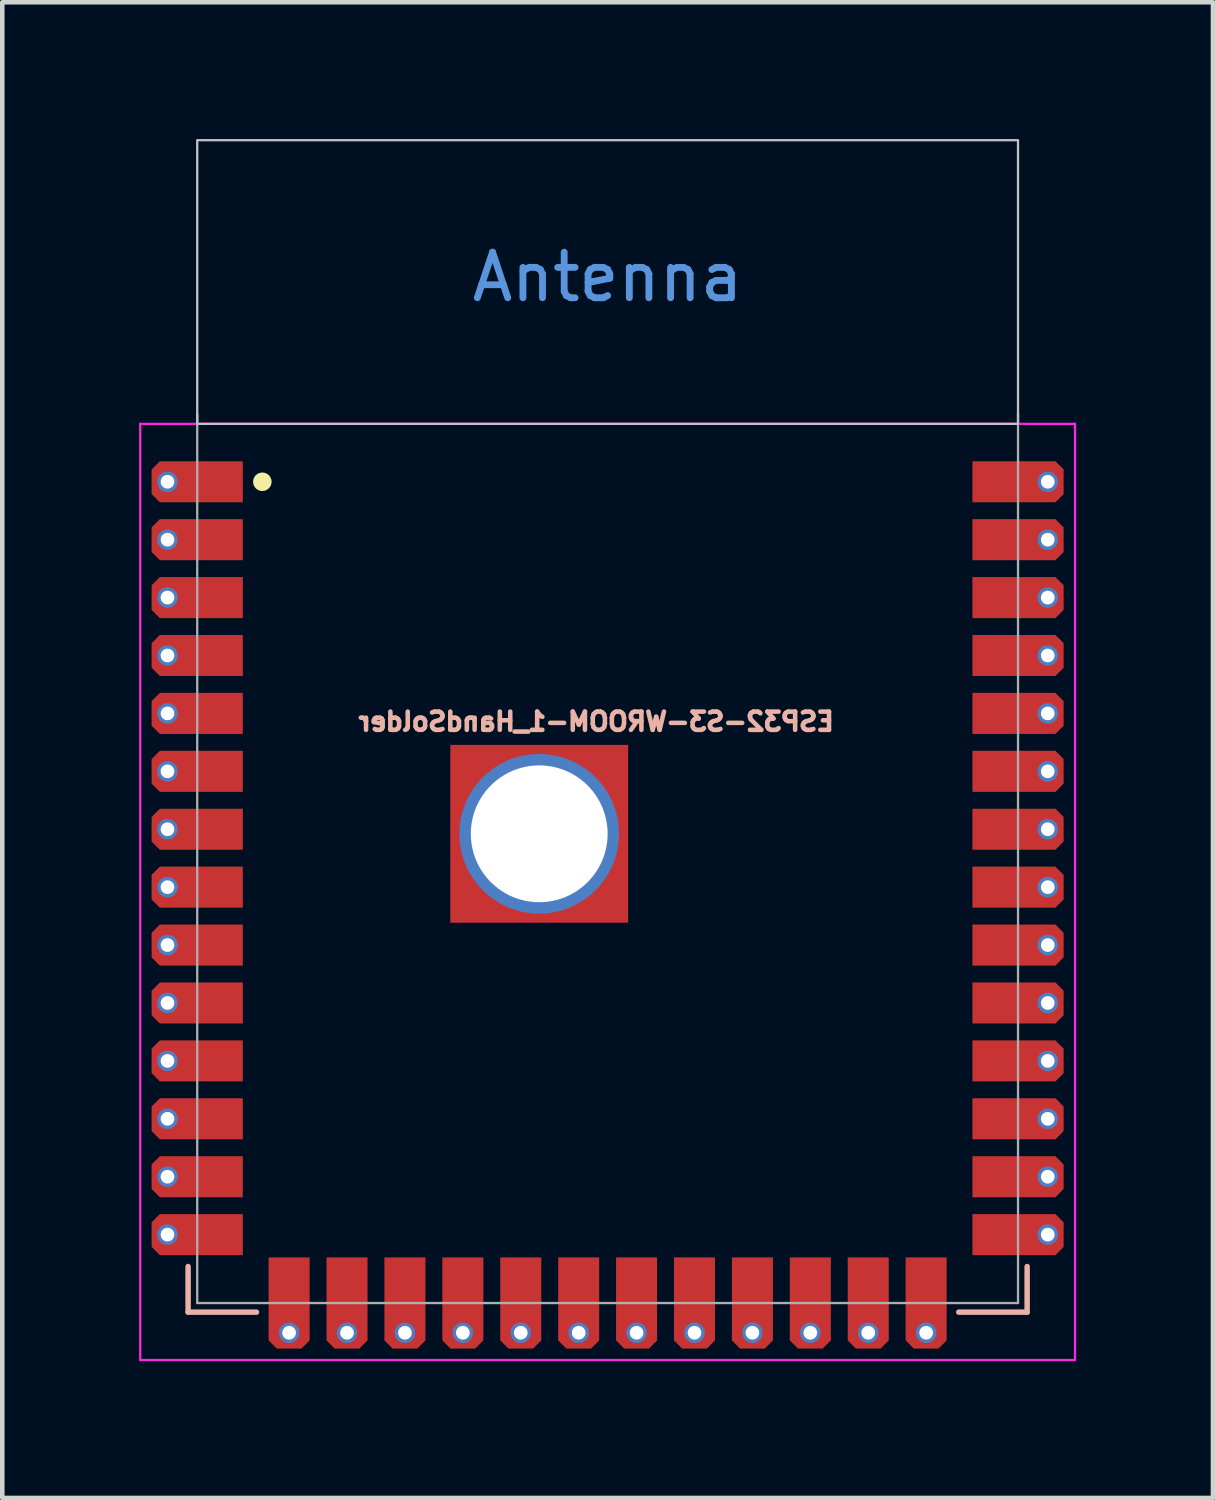
<source format=kicad_pcb>
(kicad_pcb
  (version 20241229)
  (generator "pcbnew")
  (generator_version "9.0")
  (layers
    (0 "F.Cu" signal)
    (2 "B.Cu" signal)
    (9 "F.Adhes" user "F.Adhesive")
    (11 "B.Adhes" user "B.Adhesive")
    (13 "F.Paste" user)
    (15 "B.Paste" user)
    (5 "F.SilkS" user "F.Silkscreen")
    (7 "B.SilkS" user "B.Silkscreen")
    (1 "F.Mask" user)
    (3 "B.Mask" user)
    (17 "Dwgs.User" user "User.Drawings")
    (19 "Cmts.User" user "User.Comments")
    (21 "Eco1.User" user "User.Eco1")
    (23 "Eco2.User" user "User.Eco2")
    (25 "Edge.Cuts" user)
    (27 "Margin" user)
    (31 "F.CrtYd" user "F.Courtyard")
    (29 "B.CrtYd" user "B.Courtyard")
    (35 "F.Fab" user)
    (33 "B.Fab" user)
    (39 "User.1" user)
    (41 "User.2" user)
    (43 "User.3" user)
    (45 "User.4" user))
  (footprint "ESP32-S3-WROOM-1_HandSolder"
    (layer "F.Cu")
    (at 10.275 12.775)
    (property "Reference" "ESP32-S3-WROOM-1_HandSolder" (at -0.25 0 0) (unlocked yes) (layer "B.SilkS") (effects (font (size 0.4 0.4) (thickness 0.1)) (justify mirror)))
    (attr through_hole)
    (fp_circle (center -7.572 -5.26) (end -7.445 -5.26) (stroke (width 0.152) (type solid)) (fill yes) (layer "F.SilkS"))
    (fp_line (start -9.2 11.95) (end -9.2 12.95) (stroke (width 0.12) (type solid)) (layer "B.SilkS"))
    (fp_line (start -9.2 12.95) (end -7.7 12.95) (stroke (width 0.12) (type solid)) (layer "B.SilkS"))
    (fp_line (start 9.2 12.95) (end 7.7 12.95) (stroke (width 0.12) (type solid)) (layer "B.SilkS"))
    (fp_line (start 9.2 12.95) (end 9.2 11.95) (stroke (width 0.12) (type solid)) (layer "B.SilkS"))
    (fp_rect (start -9 -6.53) (end 9 -12.75) (stroke (width 0.05) (type default)) (fill no) (layer "Dwgs.User"))
    (fp_line (start -10.25 14) (end -10.25 -6.53) (stroke (width 0.05) (type solid)) (layer "F.CrtYd"))
    (fp_line (start -10.25 14) (end 10.25 14) (stroke (width 0.05) (type solid)) (layer "F.CrtYd"))
    (fp_line (start 10.25 -6.53) (end -10.25 -6.53) (stroke (width 0.05) (type solid)) (layer "F.CrtYd"))
    (fp_line (start 10.25 -6.53) (end 10.25 14) (stroke (width 0.05) (type solid)) (layer "F.CrtYd"))
    (fp_line (start -9 12.75) (end -9 -6.75) (stroke (width 0.05) (type solid)) (layer "F.Fab"))
    (fp_line (start -9 12.75) (end 9 12.75) (stroke (width 0.05) (type solid)) (layer "F.Fab"))
    (fp_line (start 9 12.75) (end 9 -6.75) (stroke (width 0.05) (type solid)) (layer "F.Fab"))
    (fp_text user "Antenna" (at 0 -9.75 0) (layer "Cmts.User") (effects (font (size 1 1) (thickness 0.15))))
    (pad "1" thru_hole circle (at -9.652 -5.26) (size 0.45 0.45) (drill 0.3) (layers "*.Cu" "*.Mask"))
    (pad "1" smd roundrect (at -9 -5.26) (size 2 0.9) (layers "F.Cu" "F.Mask" "F.Paste") (roundrect_rratio 0) (chamfer_ratio 0.2) (chamfer top_left bottom_left))
    (pad "2" thru_hole circle (at -9.652 -3.99) (size 0.45 0.45) (drill 0.3) (layers "*.Cu" "*.Mask"))
    (pad "2" smd roundrect (at -9 -3.99) (size 2 0.9) (layers "F.Cu" "F.Mask" "F.Paste") (roundrect_rratio 0) (chamfer_ratio 0.2) (chamfer top_left bottom_left))
    (pad "3" thru_hole circle (at -9.652 -2.72) (size 0.45 0.45) (drill 0.3) (layers "*.Cu" "*.Mask"))
    (pad "3" smd roundrect (at -9 -2.72) (size 2 0.9) (layers "F.Cu" "F.Mask" "F.Paste") (roundrect_rratio 0) (chamfer_ratio 0.2) (chamfer top_left bottom_left))
    (pad "4" thru_hole circle (at -9.652 -1.45) (size 0.45 0.45) (drill 0.3) (layers "*.Cu" "*.Mask"))
    (pad "4" smd roundrect (at -9 -1.45) (size 2 0.9) (layers "F.Cu" "F.Mask" "F.Paste") (roundrect_rratio 0) (chamfer_ratio 0.2) (chamfer top_left bottom_left))
    (pad "5" thru_hole circle (at -9.652 -0.18) (size 0.45 0.45) (drill 0.3) (layers "*.Cu" "*.Mask"))
    (pad "5" smd roundrect (at -9 -0.18) (size 2 0.9) (layers "F.Cu" "F.Mask" "F.Paste") (roundrect_rratio 0) (chamfer_ratio 0.2) (chamfer top_left bottom_left))
    (pad "6" thru_hole circle (at -9.652 1.09) (size 0.45 0.45) (drill 0.3) (layers "*.Cu" "*.Mask"))
    (pad "6" smd roundrect (at -9 1.09) (size 2 0.9) (layers "F.Cu" "F.Mask" "F.Paste") (roundrect_rratio 0) (chamfer_ratio 0.2) (chamfer top_left bottom_left))
    (pad "7" thru_hole circle (at -9.652 2.36) (size 0.45 0.45) (drill 0.3) (layers "*.Cu" "*.Mask"))
    (pad "7" smd roundrect (at -9 2.36) (size 2 0.9) (layers "F.Cu" "F.Mask" "F.Paste") (roundrect_rratio 0) (chamfer_ratio 0.2) (chamfer top_left bottom_left))
    (pad "8" thru_hole circle (at -9.652 3.63) (size 0.45 0.45) (drill 0.3) (layers "*.Cu" "*.Mask"))
    (pad "8" smd roundrect (at -9 3.63) (size 2 0.9) (layers "F.Cu" "F.Mask" "F.Paste") (roundrect_rratio 0) (chamfer_ratio 0.2) (chamfer top_left bottom_left))
    (pad "9" thru_hole circle (at -9.652 4.9) (size 0.45 0.45) (drill 0.3) (layers "*.Cu" "*.Mask"))
    (pad "9" smd roundrect (at -9 4.9) (size 2 0.9) (layers "F.Cu" "F.Mask" "F.Paste") (roundrect_rratio 0) (chamfer_ratio 0.2) (chamfer top_left bottom_left))
    (pad "10" thru_hole circle (at -9.652 6.17) (size 0.45 0.45) (drill 0.3) (layers "*.Cu" "*.Mask"))
    (pad "10" smd roundrect (at -9 6.17) (size 2 0.9) (layers "F.Cu" "F.Mask" "F.Paste") (roundrect_rratio 0) (chamfer_ratio 0.2) (chamfer top_left bottom_left))
    (pad "11" thru_hole circle (at -9.652 7.44) (size 0.45 0.45) (drill 0.3) (layers "*.Cu" "*.Mask"))
    (pad "11" smd roundrect (at -9 7.44) (size 2 0.9) (layers "F.Cu" "F.Mask" "F.Paste") (roundrect_rratio 0) (chamfer_ratio 0.2) (chamfer top_left bottom_left))
    (pad "12" thru_hole circle (at -9.652 8.71) (size 0.45 0.45) (drill 0.3) (layers "*.Cu" "*.Mask"))
    (pad "12" smd roundrect (at -9 8.71) (size 2 0.9) (layers "F.Cu" "F.Mask" "F.Paste") (roundrect_rratio 0) (chamfer_ratio 0.2) (chamfer top_left bottom_left))
    (pad "13" thru_hole circle (at -9.652 9.98) (size 0.45 0.45) (drill 0.3) (layers "*.Cu" "*.Mask"))
    (pad "13" smd roundrect (at -9 9.98) (size 2 0.9) (layers "F.Cu" "F.Mask" "F.Paste") (roundrect_rratio 0) (chamfer_ratio 0.2) (chamfer top_left bottom_left))
    (pad "14" thru_hole circle (at -9.652 11.25) (size 0.45 0.45) (drill 0.3) (layers "*.Cu" "*.Mask"))
    (pad "14" smd roundrect (at -9 11.25) (size 2 0.9) (layers "F.Cu" "F.Mask" "F.Paste") (roundrect_rratio 0) (chamfer_ratio 0.2) (chamfer top_left bottom_left))
    (pad "15" smd roundrect (at -6.985 12.75 90) (size 2 0.9) (layers "F.Cu" "F.Mask" "F.Paste") (roundrect_rratio 0) (chamfer_ratio 0.2) (chamfer top_left bottom_left))
    (pad "15" thru_hole circle (at -6.985 13.402) (size 0.45 0.45) (drill 0.3) (layers "*.Cu" "*.Mask"))
    (pad "16" smd roundrect (at -5.715 12.75 90) (size 2 0.9) (layers "F.Cu" "F.Mask" "F.Paste") (roundrect_rratio 0) (chamfer_ratio 0.2) (chamfer top_left bottom_left))
    (pad "16" thru_hole circle (at -5.715 13.402) (size 0.45 0.45) (drill 0.3) (layers "*.Cu" "*.Mask"))
    (pad "17" smd roundrect (at -4.445 12.75 90) (size 2 0.9) (layers "F.Cu" "F.Mask" "F.Paste") (roundrect_rratio 0) (chamfer_ratio 0.2) (chamfer top_left bottom_left))
    (pad "17" thru_hole circle (at -4.445 13.402) (size 0.45 0.45) (drill 0.3) (layers "*.Cu" "*.Mask"))
    (pad "18" smd roundrect (at -3.175 12.75 90) (size 2 0.9) (layers "F.Cu" "F.Mask" "F.Paste") (roundrect_rratio 0) (chamfer_ratio 0.2) (chamfer top_left bottom_left))
    (pad "18" thru_hole circle (at -3.175 13.402) (size 0.45 0.45) (drill 0.3) (layers "*.Cu" "*.Mask"))
    (pad "19" smd roundrect (at -1.905 12.75 90) (size 2 0.9) (layers "F.Cu" "F.Mask" "F.Paste") (roundrect_rratio 0) (chamfer_ratio 0.2) (chamfer top_left bottom_left))
    (pad "19" thru_hole circle (at -1.905 13.402) (size 0.45 0.45) (drill 0.3) (layers "*.Cu" "*.Mask"))
    (pad "20" smd roundrect (at -0.635 12.75 90) (size 2 0.9) (layers "F.Cu" "F.Mask" "F.Paste") (roundrect_rratio 0) (chamfer_ratio 0.2) (chamfer top_left bottom_left))
    (pad "20" thru_hole circle (at -0.635 13.402) (size 0.45 0.45) (drill 0.3) (layers "*.Cu" "*.Mask"))
    (pad "21" smd roundrect (at 0.635 12.75 90) (size 2 0.9) (layers "F.Cu" "F.Mask" "F.Paste") (roundrect_rratio 0) (chamfer_ratio 0.2) (chamfer top_left bottom_left))
    (pad "21" thru_hole circle (at 0.635 13.402) (size 0.45 0.45) (drill 0.3) (layers "*.Cu" "*.Mask"))
    (pad "22" smd roundrect (at 1.905 12.75 90) (size 2 0.9) (layers "F.Cu" "F.Mask" "F.Paste") (roundrect_rratio 0) (chamfer_ratio 0.2) (chamfer top_left bottom_left))
    (pad "22" thru_hole circle (at 1.905 13.402) (size 0.45 0.45) (drill 0.3) (layers "*.Cu" "*.Mask"))
    (pad "23" smd roundrect (at 3.175 12.75 90) (size 2 0.9) (layers "F.Cu" "F.Mask" "F.Paste") (roundrect_rratio 0) (chamfer_ratio 0.2) (chamfer top_left bottom_left))
    (pad "23" thru_hole circle (at 3.175 13.402) (size 0.45 0.45) (drill 0.3) (layers "*.Cu" "*.Mask"))
    (pad "24" smd roundrect (at 4.445 12.75 90) (size 2 0.9) (layers "F.Cu" "F.Mask" "F.Paste") (roundrect_rratio 0) (chamfer_ratio 0.2) (chamfer top_left bottom_left))
    (pad "24" thru_hole circle (at 4.445 13.402) (size 0.45 0.45) (drill 0.3) (layers "*.Cu" "*.Mask"))
    (pad "25" smd roundrect (at 5.715 12.75 90) (size 2 0.9) (layers "F.Cu" "F.Mask" "F.Paste") (roundrect_rratio 0) (chamfer_ratio 0.2) (chamfer top_left bottom_left))
    (pad "25" thru_hole circle (at 5.715 13.402) (size 0.45 0.45) (drill 0.3) (layers "*.Cu" "*.Mask"))
    (pad "26" smd roundrect (at 6.985 12.75 90) (size 2 0.9) (layers "F.Cu" "F.Mask" "F.Paste") (roundrect_rratio 0) (chamfer_ratio 0.2) (chamfer top_left bottom_left))
    (pad "26" thru_hole circle (at 6.985 13.402) (size 0.45 0.45) (drill 0.3) (layers "*.Cu" "*.Mask"))
    (pad "27" smd roundrect (at 9 11.25 180) (size 2 0.9) (layers "F.Cu" "F.Mask" "F.Paste") (roundrect_rratio 0) (chamfer_ratio 0.2) (chamfer top_left bottom_left))
    (pad "27" thru_hole circle (at 9.652 11.25) (size 0.45 0.45) (drill 0.3) (layers "*.Cu" "*.Mask"))
    (pad "28" smd roundrect (at 9 9.98 180) (size 2 0.9) (layers "F.Cu" "F.Mask" "F.Paste") (roundrect_rratio 0) (chamfer_ratio 0.2) (chamfer top_left bottom_left))
    (pad "28" thru_hole circle (at 9.652 9.98) (size 0.45 0.45) (drill 0.3) (layers "*.Cu" "*.Mask"))
    (pad "29" smd roundrect (at 9 8.71 180) (size 2 0.9) (layers "F.Cu" "F.Mask" "F.Paste") (roundrect_rratio 0) (chamfer_ratio 0.2) (chamfer top_left bottom_left))
    (pad "29" thru_hole circle (at 9.652 8.71) (size 0.45 0.45) (drill 0.3) (layers "*.Cu" "*.Mask"))
    (pad "30" smd roundrect (at 9 7.44 180) (size 2 0.9) (layers "F.Cu" "F.Mask" "F.Paste") (roundrect_rratio 0) (chamfer_ratio 0.2) (chamfer top_left bottom_left))
    (pad "30" thru_hole circle (at 9.652 7.44) (size 0.45 0.45) (drill 0.3) (layers "*.Cu" "*.Mask"))
    (pad "31" smd roundrect (at 9 6.17 180) (size 2 0.9) (layers "F.Cu" "F.Mask" "F.Paste") (roundrect_rratio 0) (chamfer_ratio 0.2) (chamfer top_left bottom_left))
    (pad "31" thru_hole circle (at 9.652 6.17) (size 0.45 0.45) (drill 0.3) (layers "*.Cu" "*.Mask"))
    (pad "32" smd roundrect (at 9 4.9 180) (size 2 0.9) (layers "F.Cu" "F.Mask" "F.Paste") (roundrect_rratio 0) (chamfer_ratio 0.2) (chamfer top_left bottom_left))
    (pad "32" thru_hole circle (at 9.652 4.9) (size 0.45 0.45) (drill 0.3) (layers "*.Cu" "*.Mask"))
    (pad "33" smd roundrect (at 9 3.63 180) (size 2 0.9) (layers "F.Cu" "F.Mask" "F.Paste") (roundrect_rratio 0) (chamfer_ratio 0.2) (chamfer top_left bottom_left))
    (pad "33" thru_hole circle (at 9.652 3.63) (size 0.45 0.45) (drill 0.3) (layers "*.Cu" "*.Mask"))
    (pad "34" smd roundrect (at 9 2.36 180) (size 2 0.9) (layers "F.Cu" "F.Mask" "F.Paste") (roundrect_rratio 0) (chamfer_ratio 0.2) (chamfer top_left bottom_left))
    (pad "34" thru_hole circle (at 9.652 2.36) (size 0.45 0.45) (drill 0.3) (layers "*.Cu" "*.Mask"))
    (pad "35" smd roundrect (at 9 1.09 180) (size 2 0.9) (layers "F.Cu" "F.Mask" "F.Paste") (roundrect_rratio 0) (chamfer_ratio 0.2) (chamfer top_left bottom_left))
    (pad "35" thru_hole circle (at 9.652 1.09) (size 0.45 0.45) (drill 0.3) (layers "*.Cu" "*.Mask"))
    (pad "36" smd roundrect (at 9 -0.18 180) (size 2 0.9) (layers "F.Cu" "F.Mask" "F.Paste") (roundrect_rratio 0) (chamfer_ratio 0.2) (chamfer top_left bottom_left))
    (pad "36" thru_hole circle (at 9.652 -0.18) (size 0.45 0.45) (drill 0.3) (layers "*.Cu" "*.Mask"))
    (pad "37" smd roundrect (at 9 -1.45 180) (size 2 0.9) (layers "F.Cu" "F.Mask" "F.Paste") (roundrect_rratio 0) (chamfer_ratio 0.2) (chamfer top_left bottom_left))
    (pad "37" thru_hole circle (at 9.652 -1.45) (size 0.45 0.45) (drill 0.3) (layers "*.Cu" "*.Mask"))
    (pad "38" smd roundrect (at 9 -2.72 180) (size 2 0.9) (layers "F.Cu" "F.Mask" "F.Paste") (roundrect_rratio 0) (chamfer_ratio 0.2) (chamfer top_left bottom_left))
    (pad "38" thru_hole circle (at 9.652 -2.72) (size 0.45 0.45) (drill 0.3) (layers "*.Cu" "*.Mask"))
    (pad "39" smd roundrect (at 9 -3.99 180) (size 2 0.9) (layers "F.Cu" "F.Mask" "F.Paste") (roundrect_rratio 0) (chamfer_ratio 0.2) (chamfer top_left bottom_left))
    (pad "39" thru_hole circle (at 9.652 -3.99) (size 0.45 0.45) (drill 0.3) (layers "*.Cu" "*.Mask"))
    (pad "40" smd roundrect (at 9 -5.26 180) (size 2 0.9) (layers "F.Cu" "F.Mask" "F.Paste") (roundrect_rratio 0) (chamfer_ratio 0.2) (chamfer top_left bottom_left))
    (pad "40" thru_hole circle (at 9.652 -5.26) (size 0.45 0.45) (drill 0.3) (layers "*.Cu" "*.Mask"))
    (pad "41" thru_hole circle (at -1.5 2.46) (size 3.5 3.5) (drill 3) (layers "*.Cu" "*.Mask"))
    (pad "41" smd rect (at -1.5 2.46 270) (size 3.9 3.9) (layers "F.Cu" "F.Mask")))
  (gr_rect
    (start -3 -3)
    (end 23.55 29.8)
    (stroke (width 0.1) (type default))
    (fill no)
    (layer "Edge.Cuts")))
</source>
